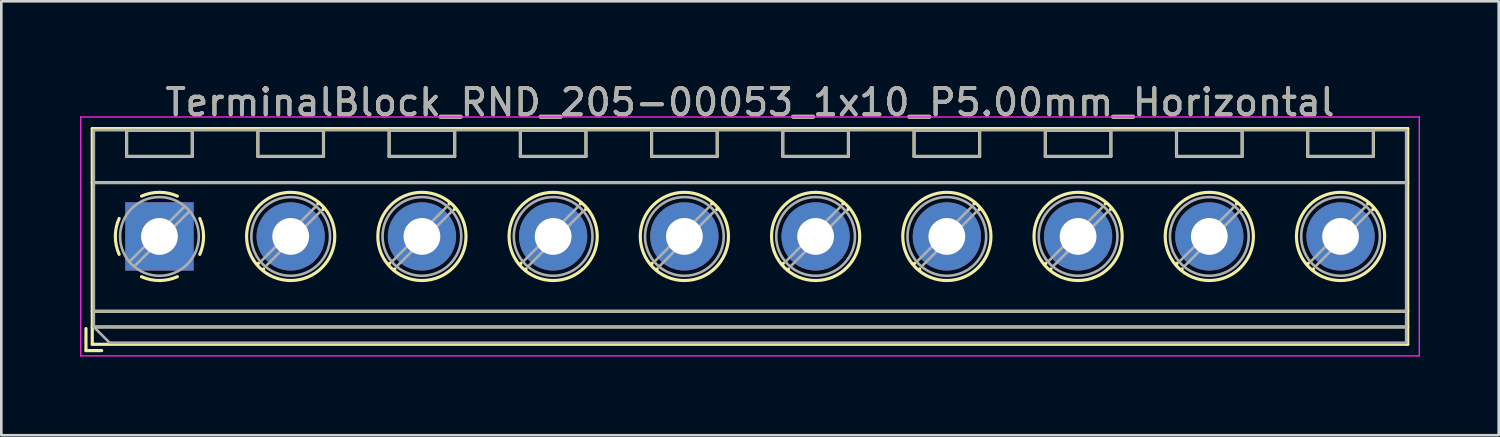
<source format=kicad_pcb>
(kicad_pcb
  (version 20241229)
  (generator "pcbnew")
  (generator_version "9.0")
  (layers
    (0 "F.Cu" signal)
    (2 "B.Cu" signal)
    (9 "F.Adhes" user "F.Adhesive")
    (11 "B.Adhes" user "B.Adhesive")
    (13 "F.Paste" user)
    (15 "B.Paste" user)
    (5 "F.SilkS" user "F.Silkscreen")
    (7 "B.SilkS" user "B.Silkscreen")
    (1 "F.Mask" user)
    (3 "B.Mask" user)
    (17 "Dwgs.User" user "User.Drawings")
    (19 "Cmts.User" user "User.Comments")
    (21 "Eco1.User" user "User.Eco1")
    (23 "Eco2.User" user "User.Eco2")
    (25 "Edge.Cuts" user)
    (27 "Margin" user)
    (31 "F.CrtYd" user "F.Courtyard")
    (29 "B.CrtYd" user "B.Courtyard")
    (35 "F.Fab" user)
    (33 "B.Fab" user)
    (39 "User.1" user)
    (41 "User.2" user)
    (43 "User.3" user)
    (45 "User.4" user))
  (footprint "TerminalBlock_RND_205-00053_1x10_P5.00mm_Horizontal"
    (layer "F.Cu")
    (at 3.025 5.958)
    (property "Reference" "TerminalBlock_RND_205-00053_1x10_P5.00mm_Horizontal" (at 22.5 -5.11 0) (layer "F.SilkS") (effects (font (size 1 1) (thickness 0.15))))
    (attr through_hole)
    (fp_line (start -2.8 3.51) (end -2.8 4.35) (stroke (width 0.12) (type solid)) (layer "F.SilkS"))
    (fp_line (start -2.8 4.35) (end -2.2 4.35) (stroke (width 0.12) (type solid)) (layer "F.SilkS"))
    (fp_line (start -2.56 -4.11) (end -2.56 4.11) (stroke (width 0.12) (type solid)) (layer "F.SilkS"))
    (fp_line (start -2.56 -4.11) (end 47.56 -4.11) (stroke (width 0.12) (type solid)) (layer "F.SilkS"))
    (fp_line (start -2.56 -2.05) (end 47.56 -2.05) (stroke (width 0.12) (type solid)) (layer "F.SilkS"))
    (fp_line (start -2.56 2.85) (end 47.56 2.85) (stroke (width 0.12) (type solid)) (layer "F.SilkS"))
    (fp_line (start -2.56 3.45) (end 47.56 3.45) (stroke (width 0.12) (type solid)) (layer "F.SilkS"))
    (fp_line (start -2.56 4.11) (end 47.56 4.11) (stroke (width 0.12) (type solid)) (layer "F.SilkS"))
    (fp_line (start -1.25 -4.05) (end -1.25 -3.05) (stroke (width 0.12) (type solid)) (layer "F.SilkS"))
    (fp_line (start -1.25 -4.05) (end 1.25 -4.05) (stroke (width 0.12) (type solid)) (layer "F.SilkS"))
    (fp_line (start -1.25 -3.05) (end 1.25 -3.05) (stroke (width 0.12) (type solid)) (layer "F.SilkS"))
    (fp_line (start 1.25 -4.05) (end 1.25 -3.05) (stroke (width 0.12) (type solid)) (layer "F.SilkS"))
    (fp_line (start 3.75 -4.05) (end 3.75 -3.05) (stroke (width 0.12) (type solid)) (layer "F.SilkS"))
    (fp_line (start 3.75 -4.05) (end 6.25 -4.05) (stroke (width 0.12) (type solid)) (layer "F.SilkS"))
    (fp_line (start 3.75 -3.05) (end 6.25 -3.05) (stroke (width 0.12) (type solid)) (layer "F.SilkS"))
    (fp_line (start 3.773 1.023) (end 3.726 1.069) (stroke (width 0.12) (type solid)) (layer "F.SilkS"))
    (fp_line (start 3.966 1.239) (end 3.931 1.274) (stroke (width 0.12) (type solid)) (layer "F.SilkS"))
    (fp_line (start 6.07 -1.275) (end 6.035 -1.239) (stroke (width 0.12) (type solid)) (layer "F.SilkS"))
    (fp_line (start 6.25 -4.05) (end 6.25 -3.05) (stroke (width 0.12) (type solid)) (layer "F.SilkS"))
    (fp_line (start 6.275 -1.069) (end 6.228 -1.023) (stroke (width 0.12) (type solid)) (layer "F.SilkS"))
    (fp_line (start 8.75 -4.05) (end 8.75 -3.05) (stroke (width 0.12) (type solid)) (layer "F.SilkS"))
    (fp_line (start 8.75 -4.05) (end 11.25 -4.05) (stroke (width 0.12) (type solid)) (layer "F.SilkS"))
    (fp_line (start 8.75 -3.05) (end 11.25 -3.05) (stroke (width 0.12) (type solid)) (layer "F.SilkS"))
    (fp_line (start 8.773 1.023) (end 8.726 1.069) (stroke (width 0.12) (type solid)) (layer "F.SilkS"))
    (fp_line (start 8.966 1.239) (end 8.931 1.274) (stroke (width 0.12) (type solid)) (layer "F.SilkS"))
    (fp_line (start 11.07 -1.275) (end 11.035 -1.239) (stroke (width 0.12) (type solid)) (layer "F.SilkS"))
    (fp_line (start 11.25 -4.05) (end 11.25 -3.05) (stroke (width 0.12) (type solid)) (layer "F.SilkS"))
    (fp_line (start 11.275 -1.069) (end 11.228 -1.023) (stroke (width 0.12) (type solid)) (layer "F.SilkS"))
    (fp_line (start 13.75 -4.05) (end 13.75 -3.05) (stroke (width 0.12) (type solid)) (layer "F.SilkS"))
    (fp_line (start 13.75 -4.05) (end 16.25 -4.05) (stroke (width 0.12) (type solid)) (layer "F.SilkS"))
    (fp_line (start 13.75 -3.05) (end 16.25 -3.05) (stroke (width 0.12) (type solid)) (layer "F.SilkS"))
    (fp_line (start 13.773 1.023) (end 13.726 1.069) (stroke (width 0.12) (type solid)) (layer "F.SilkS"))
    (fp_line (start 13.966 1.239) (end 13.931 1.274) (stroke (width 0.12) (type solid)) (layer "F.SilkS"))
    (fp_line (start 16.07 -1.275) (end 16.035 -1.239) (stroke (width 0.12) (type solid)) (layer "F.SilkS"))
    (fp_line (start 16.25 -4.05) (end 16.25 -3.05) (stroke (width 0.12) (type solid)) (layer "F.SilkS"))
    (fp_line (start 16.275 -1.069) (end 16.228 -1.023) (stroke (width 0.12) (type solid)) (layer "F.SilkS"))
    (fp_line (start 18.75 -4.05) (end 18.75 -3.05) (stroke (width 0.12) (type solid)) (layer "F.SilkS"))
    (fp_line (start 18.75 -4.05) (end 21.25 -4.05) (stroke (width 0.12) (type solid)) (layer "F.SilkS"))
    (fp_line (start 18.75 -3.05) (end 21.25 -3.05) (stroke (width 0.12) (type solid)) (layer "F.SilkS"))
    (fp_line (start 18.773 1.023) (end 18.726 1.069) (stroke (width 0.12) (type solid)) (layer "F.SilkS"))
    (fp_line (start 18.966 1.239) (end 18.931 1.274) (stroke (width 0.12) (type solid)) (layer "F.SilkS"))
    (fp_line (start 21.07 -1.275) (end 21.035 -1.239) (stroke (width 0.12) (type solid)) (layer "F.SilkS"))
    (fp_line (start 21.25 -4.05) (end 21.25 -3.05) (stroke (width 0.12) (type solid)) (layer "F.SilkS"))
    (fp_line (start 21.275 -1.069) (end 21.228 -1.023) (stroke (width 0.12) (type solid)) (layer "F.SilkS"))
    (fp_line (start 23.75 -4.05) (end 23.75 -3.05) (stroke (width 0.12) (type solid)) (layer "F.SilkS"))
    (fp_line (start 23.75 -4.05) (end 26.25 -4.05) (stroke (width 0.12) (type solid)) (layer "F.SilkS"))
    (fp_line (start 23.75 -3.05) (end 26.25 -3.05) (stroke (width 0.12) (type solid)) (layer "F.SilkS"))
    (fp_line (start 23.773 1.023) (end 23.726 1.069) (stroke (width 0.12) (type solid)) (layer "F.SilkS"))
    (fp_line (start 23.966 1.239) (end 23.931 1.274) (stroke (width 0.12) (type solid)) (layer "F.SilkS"))
    (fp_line (start 26.07 -1.275) (end 26.035 -1.239) (stroke (width 0.12) (type solid)) (layer "F.SilkS"))
    (fp_line (start 26.25 -4.05) (end 26.25 -3.05) (stroke (width 0.12) (type solid)) (layer "F.SilkS"))
    (fp_line (start 26.275 -1.069) (end 26.228 -1.023) (stroke (width 0.12) (type solid)) (layer "F.SilkS"))
    (fp_line (start 28.75 -4.05) (end 28.75 -3.05) (stroke (width 0.12) (type solid)) (layer "F.SilkS"))
    (fp_line (start 28.75 -4.05) (end 31.25 -4.05) (stroke (width 0.12) (type solid)) (layer "F.SilkS"))
    (fp_line (start 28.75 -3.05) (end 31.25 -3.05) (stroke (width 0.12) (type solid)) (layer "F.SilkS"))
    (fp_line (start 28.773 1.023) (end 28.726 1.069) (stroke (width 0.12) (type solid)) (layer "F.SilkS"))
    (fp_line (start 28.966 1.239) (end 28.931 1.274) (stroke (width 0.12) (type solid)) (layer "F.SilkS"))
    (fp_line (start 31.07 -1.275) (end 31.035 -1.239) (stroke (width 0.12) (type solid)) (layer "F.SilkS"))
    (fp_line (start 31.25 -4.05) (end 31.25 -3.05) (stroke (width 0.12) (type solid)) (layer "F.SilkS"))
    (fp_line (start 31.275 -1.069) (end 31.228 -1.023) (stroke (width 0.12) (type solid)) (layer "F.SilkS"))
    (fp_line (start 33.75 -4.05) (end 33.75 -3.05) (stroke (width 0.12) (type solid)) (layer "F.SilkS"))
    (fp_line (start 33.75 -4.05) (end 36.25 -4.05) (stroke (width 0.12) (type solid)) (layer "F.SilkS"))
    (fp_line (start 33.75 -3.05) (end 36.25 -3.05) (stroke (width 0.12) (type solid)) (layer "F.SilkS"))
    (fp_line (start 33.773 1.023) (end 33.726 1.069) (stroke (width 0.12) (type solid)) (layer "F.SilkS"))
    (fp_line (start 33.966 1.239) (end 33.931 1.274) (stroke (width 0.12) (type solid)) (layer "F.SilkS"))
    (fp_line (start 36.07 -1.275) (end 36.035 -1.239) (stroke (width 0.12) (type solid)) (layer "F.SilkS"))
    (fp_line (start 36.25 -4.05) (end 36.25 -3.05) (stroke (width 0.12) (type solid)) (layer "F.SilkS"))
    (fp_line (start 36.275 -1.069) (end 36.228 -1.023) (stroke (width 0.12) (type solid)) (layer "F.SilkS"))
    (fp_line (start 38.75 -4.05) (end 38.75 -3.05) (stroke (width 0.12) (type solid)) (layer "F.SilkS"))
    (fp_line (start 38.75 -4.05) (end 41.25 -4.05) (stroke (width 0.12) (type solid)) (layer "F.SilkS"))
    (fp_line (start 38.75 -3.05) (end 41.25 -3.05) (stroke (width 0.12) (type solid)) (layer "F.SilkS"))
    (fp_line (start 38.773 1.023) (end 38.726 1.069) (stroke (width 0.12) (type solid)) (layer "F.SilkS"))
    (fp_line (start 38.966 1.239) (end 38.931 1.274) (stroke (width 0.12) (type solid)) (layer "F.SilkS"))
    (fp_line (start 41.07 -1.275) (end 41.035 -1.239) (stroke (width 0.12) (type solid)) (layer "F.SilkS"))
    (fp_line (start 41.25 -4.05) (end 41.25 -3.05) (stroke (width 0.12) (type solid)) (layer "F.SilkS"))
    (fp_line (start 41.275 -1.069) (end 41.228 -1.023) (stroke (width 0.12) (type solid)) (layer "F.SilkS"))
    (fp_line (start 43.75 -4.05) (end 43.75 -3.05) (stroke (width 0.12) (type solid)) (layer "F.SilkS"))
    (fp_line (start 43.75 -4.05) (end 46.25 -4.05) (stroke (width 0.12) (type solid)) (layer "F.SilkS"))
    (fp_line (start 43.75 -3.05) (end 46.25 -3.05) (stroke (width 0.12) (type solid)) (layer "F.SilkS"))
    (fp_line (start 43.773 1.023) (end 43.726 1.069) (stroke (width 0.12) (type solid)) (layer "F.SilkS"))
    (fp_line (start 43.966 1.239) (end 43.931 1.274) (stroke (width 0.12) (type solid)) (layer "F.SilkS"))
    (fp_line (start 46.07 -1.275) (end 46.035 -1.239) (stroke (width 0.12) (type solid)) (layer "F.SilkS"))
    (fp_line (start 46.25 -4.05) (end 46.25 -3.05) (stroke (width 0.12) (type solid)) (layer "F.SilkS"))
    (fp_line (start 46.275 -1.069) (end 46.228 -1.023) (stroke (width 0.12) (type solid)) (layer "F.SilkS"))
    (fp_line (start 47.56 -4.11) (end 47.56 4.11) (stroke (width 0.12) (type solid)) (layer "F.SilkS"))
    (fp_arc (start -1.535427 0.683042) (mid -1.680501 -0.000524) (end -1.535 -0.684) (stroke (width 0.12) (type solid)) (layer "F.SilkS"))
    (fp_arc (start -0.683042 -1.535427) (mid 0.000524 -1.680501) (end 0.684 -1.535) (stroke (width 0.12) (type solid)) (layer "F.SilkS"))
    (fp_arc (start 0.028805 1.680253) (mid -0.335551 1.646659) (end -0.684 1.535) (stroke (width 0.12) (type solid)) (layer "F.SilkS"))
    (fp_arc (start 0.683318 1.534756) (mid 0.349292 1.643288) (end 0 1.68) (stroke (width 0.12) (type solid)) (layer "F.SilkS"))
    (fp_arc (start 1.535427 -0.683042) (mid 1.680501 0.000524) (end 1.535 0.684) (stroke (width 0.12) (type solid)) (layer "F.SilkS"))
    (fp_circle (center 5 0) (end 6.68 0) (stroke (width 0.12) (type solid)) (fill no) (layer "F.SilkS"))
    (fp_circle (center 10 0) (end 11.68 0) (stroke (width 0.12) (type solid)) (fill no) (layer "F.SilkS"))
    (fp_circle (center 15 0) (end 16.68 0) (stroke (width 0.12) (type solid)) (fill no) (layer "F.SilkS"))
    (fp_circle (center 20 0) (end 21.68 0) (stroke (width 0.12) (type solid)) (fill no) (layer "F.SilkS"))
    (fp_circle (center 25 0) (end 26.68 0) (stroke (width 0.12) (type solid)) (fill no) (layer "F.SilkS"))
    (fp_circle (center 30 0) (end 31.68 0) (stroke (width 0.12) (type solid)) (fill no) (layer "F.SilkS"))
    (fp_circle (center 35 0) (end 36.68 0) (stroke (width 0.12) (type solid)) (fill no) (layer "F.SilkS"))
    (fp_circle (center 40 0) (end 41.68 0) (stroke (width 0.12) (type solid)) (fill no) (layer "F.SilkS"))
    (fp_circle (center 45 0) (end 46.68 0) (stroke (width 0.12) (type solid)) (fill no) (layer "F.SilkS"))
    (fp_line (start -3 -4.55) (end -3 4.55) (stroke (width 0.05) (type solid)) (layer "F.CrtYd"))
    (fp_line (start -3 4.55) (end 48 4.55) (stroke (width 0.05) (type solid)) (layer "F.CrtYd"))
    (fp_line (start 48 -4.55) (end -3 -4.55) (stroke (width 0.05) (type solid)) (layer "F.CrtYd"))
    (fp_line (start 48 4.55) (end 48 -4.55) (stroke (width 0.05) (type solid)) (layer "F.CrtYd"))
    (fp_line (start -2.5 -4.05) (end 47.5 -4.05) (stroke (width 0.1) (type solid)) (layer "F.Fab"))
    (fp_line (start -2.5 -2.05) (end 47.5 -2.05) (stroke (width 0.1) (type solid)) (layer "F.Fab"))
    (fp_line (start -2.5 2.85) (end 47.5 2.85) (stroke (width 0.1) (type solid)) (layer "F.Fab"))
    (fp_line (start -2.5 3.45) (end -2.5 -4.05) (stroke (width 0.1) (type solid)) (layer "F.Fab"))
    (fp_line (start -2.5 3.45) (end 47.5 3.45) (stroke (width 0.1) (type solid)) (layer "F.Fab"))
    (fp_line (start -1.9 4.05) (end -2.5 3.45) (stroke (width 0.1) (type solid)) (layer "F.Fab"))
    (fp_line (start -1.25 -4.05) (end -1.25 -3.05) (stroke (width 0.1) (type solid)) (layer "F.Fab"))
    (fp_line (start -1.25 -3.05) (end 1.25 -3.05) (stroke (width 0.1) (type solid)) (layer "F.Fab"))
    (fp_line (start 0.955 -1.138) (end -1.138 0.955) (stroke (width 0.1) (type solid)) (layer "F.Fab"))
    (fp_line (start 1.138 -0.955) (end -0.955 1.138) (stroke (width 0.1) (type solid)) (layer "F.Fab"))
    (fp_line (start 1.25 -4.05) (end -1.25 -4.05) (stroke (width 0.1) (type solid)) (layer "F.Fab"))
    (fp_line (start 1.25 -3.05) (end 1.25 -4.05) (stroke (width 0.1) (type solid)) (layer "F.Fab"))
    (fp_line (start 3.75 -4.05) (end 3.75 -3.05) (stroke (width 0.1) (type solid)) (layer "F.Fab"))
    (fp_line (start 3.75 -3.05) (end 6.25 -3.05) (stroke (width 0.1) (type solid)) (layer "F.Fab"))
    (fp_line (start 5.955 -1.138) (end 3.863 0.955) (stroke (width 0.1) (type solid)) (layer "F.Fab"))
    (fp_line (start 6.138 -0.955) (end 4.046 1.138) (stroke (width 0.1) (type solid)) (layer "F.Fab"))
    (fp_line (start 6.25 -4.05) (end 3.75 -4.05) (stroke (width 0.1) (type solid)) (layer "F.Fab"))
    (fp_line (start 6.25 -3.05) (end 6.25 -4.05) (stroke (width 0.1) (type solid)) (layer "F.Fab"))
    (fp_line (start 8.75 -4.05) (end 8.75 -3.05) (stroke (width 0.1) (type solid)) (layer "F.Fab"))
    (fp_line (start 8.75 -3.05) (end 11.25 -3.05) (stroke (width 0.1) (type solid)) (layer "F.Fab"))
    (fp_line (start 10.955 -1.138) (end 8.863 0.955) (stroke (width 0.1) (type solid)) (layer "F.Fab"))
    (fp_line (start 11.138 -0.955) (end 9.046 1.138) (stroke (width 0.1) (type solid)) (layer "F.Fab"))
    (fp_line (start 11.25 -4.05) (end 8.75 -4.05) (stroke (width 0.1) (type solid)) (layer "F.Fab"))
    (fp_line (start 11.25 -3.05) (end 11.25 -4.05) (stroke (width 0.1) (type solid)) (layer "F.Fab"))
    (fp_line (start 13.75 -4.05) (end 13.75 -3.05) (stroke (width 0.1) (type solid)) (layer "F.Fab"))
    (fp_line (start 13.75 -3.05) (end 16.25 -3.05) (stroke (width 0.1) (type solid)) (layer "F.Fab"))
    (fp_line (start 15.955 -1.138) (end 13.863 0.955) (stroke (width 0.1) (type solid)) (layer "F.Fab"))
    (fp_line (start 16.138 -0.955) (end 14.046 1.138) (stroke (width 0.1) (type solid)) (layer "F.Fab"))
    (fp_line (start 16.25 -4.05) (end 13.75 -4.05) (stroke (width 0.1) (type solid)) (layer "F.Fab"))
    (fp_line (start 16.25 -3.05) (end 16.25 -4.05) (stroke (width 0.1) (type solid)) (layer "F.Fab"))
    (fp_line (start 18.75 -4.05) (end 18.75 -3.05) (stroke (width 0.1) (type solid)) (layer "F.Fab"))
    (fp_line (start 18.75 -3.05) (end 21.25 -3.05) (stroke (width 0.1) (type solid)) (layer "F.Fab"))
    (fp_line (start 20.955 -1.138) (end 18.863 0.955) (stroke (width 0.1) (type solid)) (layer "F.Fab"))
    (fp_line (start 21.138 -0.955) (end 19.046 1.138) (stroke (width 0.1) (type solid)) (layer "F.Fab"))
    (fp_line (start 21.25 -4.05) (end 18.75 -4.05) (stroke (width 0.1) (type solid)) (layer "F.Fab"))
    (fp_line (start 21.25 -3.05) (end 21.25 -4.05) (stroke (width 0.1) (type solid)) (layer "F.Fab"))
    (fp_line (start 23.75 -4.05) (end 23.75 -3.05) (stroke (width 0.1) (type solid)) (layer "F.Fab"))
    (fp_line (start 23.75 -3.05) (end 26.25 -3.05) (stroke (width 0.1) (type solid)) (layer "F.Fab"))
    (fp_line (start 25.955 -1.138) (end 23.863 0.955) (stroke (width 0.1) (type solid)) (layer "F.Fab"))
    (fp_line (start 26.138 -0.955) (end 24.046 1.138) (stroke (width 0.1) (type solid)) (layer "F.Fab"))
    (fp_line (start 26.25 -4.05) (end 23.75 -4.05) (stroke (width 0.1) (type solid)) (layer "F.Fab"))
    (fp_line (start 26.25 -3.05) (end 26.25 -4.05) (stroke (width 0.1) (type solid)) (layer "F.Fab"))
    (fp_line (start 28.75 -4.05) (end 28.75 -3.05) (stroke (width 0.1) (type solid)) (layer "F.Fab"))
    (fp_line (start 28.75 -3.05) (end 31.25 -3.05) (stroke (width 0.1) (type solid)) (layer "F.Fab"))
    (fp_line (start 30.955 -1.138) (end 28.863 0.955) (stroke (width 0.1) (type solid)) (layer "F.Fab"))
    (fp_line (start 31.138 -0.955) (end 29.046 1.138) (stroke (width 0.1) (type solid)) (layer "F.Fab"))
    (fp_line (start 31.25 -4.05) (end 28.75 -4.05) (stroke (width 0.1) (type solid)) (layer "F.Fab"))
    (fp_line (start 31.25 -3.05) (end 31.25 -4.05) (stroke (width 0.1) (type solid)) (layer "F.Fab"))
    (fp_line (start 33.75 -4.05) (end 33.75 -3.05) (stroke (width 0.1) (type solid)) (layer "F.Fab"))
    (fp_line (start 33.75 -3.05) (end 36.25 -3.05) (stroke (width 0.1) (type solid)) (layer "F.Fab"))
    (fp_line (start 35.955 -1.138) (end 33.863 0.955) (stroke (width 0.1) (type solid)) (layer "F.Fab"))
    (fp_line (start 36.138 -0.955) (end 34.046 1.138) (stroke (width 0.1) (type solid)) (layer "F.Fab"))
    (fp_line (start 36.25 -4.05) (end 33.75 -4.05) (stroke (width 0.1) (type solid)) (layer "F.Fab"))
    (fp_line (start 36.25 -3.05) (end 36.25 -4.05) (stroke (width 0.1) (type solid)) (layer "F.Fab"))
    (fp_line (start 38.75 -4.05) (end 38.75 -3.05) (stroke (width 0.1) (type solid)) (layer "F.Fab"))
    (fp_line (start 38.75 -3.05) (end 41.25 -3.05) (stroke (width 0.1) (type solid)) (layer "F.Fab"))
    (fp_line (start 40.955 -1.138) (end 38.863 0.955) (stroke (width 0.1) (type solid)) (layer "F.Fab"))
    (fp_line (start 41.138 -0.955) (end 39.046 1.138) (stroke (width 0.1) (type solid)) (layer "F.Fab"))
    (fp_line (start 41.25 -4.05) (end 38.75 -4.05) (stroke (width 0.1) (type solid)) (layer "F.Fab"))
    (fp_line (start 41.25 -3.05) (end 41.25 -4.05) (stroke (width 0.1) (type solid)) (layer "F.Fab"))
    (fp_line (start 43.75 -4.05) (end 43.75 -3.05) (stroke (width 0.1) (type solid)) (layer "F.Fab"))
    (fp_line (start 43.75 -3.05) (end 46.25 -3.05) (stroke (width 0.1) (type solid)) (layer "F.Fab"))
    (fp_line (start 45.955 -1.138) (end 43.863 0.955) (stroke (width 0.1) (type solid)) (layer "F.Fab"))
    (fp_line (start 46.138 -0.955) (end 44.046 1.138) (stroke (width 0.1) (type solid)) (layer "F.Fab"))
    (fp_line (start 46.25 -4.05) (end 43.75 -4.05) (stroke (width 0.1) (type solid)) (layer "F.Fab"))
    (fp_line (start 46.25 -3.05) (end 46.25 -4.05) (stroke (width 0.1) (type solid)) (layer "F.Fab"))
    (fp_line (start 47.5 -4.05) (end 47.5 4.05) (stroke (width 0.1) (type solid)) (layer "F.Fab"))
    (fp_line (start 47.5 4.05) (end -1.9 4.05) (stroke (width 0.1) (type solid)) (layer "F.Fab"))
    (fp_circle (center 0 0) (end 1.5 0) (stroke (width 0.1) (type solid)) (fill no) (layer "F.Fab"))
    (fp_circle (center 5 0) (end 6.5 0) (stroke (width 0.1) (type solid)) (fill no) (layer "F.Fab"))
    (fp_circle (center 10 0) (end 11.5 0) (stroke (width 0.1) (type solid)) (fill no) (layer "F.Fab"))
    (fp_circle (center 15 0) (end 16.5 0) (stroke (width 0.1) (type solid)) (fill no) (layer "F.Fab"))
    (fp_circle (center 20 0) (end 21.5 0) (stroke (width 0.1) (type solid)) (fill no) (layer "F.Fab"))
    (fp_circle (center 25 0) (end 26.5 0) (stroke (width 0.1) (type solid)) (fill no) (layer "F.Fab"))
    (fp_circle (center 30 0) (end 31.5 0) (stroke (width 0.1) (type solid)) (fill no) (layer "F.Fab"))
    (fp_circle (center 35 0) (end 36.5 0) (stroke (width 0.1) (type solid)) (fill no) (layer "F.Fab"))
    (fp_circle (center 40 0) (end 41.5 0) (stroke (width 0.1) (type solid)) (fill no) (layer "F.Fab"))
    (fp_circle (center 45 0) (end 46.5 0) (stroke (width 0.1) (type solid)) (fill no) (layer "F.Fab"))
    (fp_text user "${REFERENCE}" (at 22.5 -5.11 0) (layer "F.Fab") (effects (font (size 1 1) (thickness 0.15))))
    (pad "1" thru_hole rect (at 0 0) (size 2.6 2.6) (drill 1.4) (layers "*.Cu" "*.Mask"))
    (pad "2" thru_hole circle (at 5 0) (size 2.6 2.6) (drill 1.4) (layers "*.Cu" "*.Mask"))
    (pad "3" thru_hole circle (at 10 0) (size 2.6 2.6) (drill 1.4) (layers "*.Cu" "*.Mask"))
    (pad "4" thru_hole circle (at 15 0) (size 2.6 2.6) (drill 1.4) (layers "*.Cu" "*.Mask"))
    (pad "5" thru_hole circle (at 20 0) (size 2.6 2.6) (drill 1.4) (layers "*.Cu" "*.Mask"))
    (pad "6" thru_hole circle (at 25 0) (size 2.6 2.6) (drill 1.4) (layers "*.Cu" "*.Mask"))
    (pad "7" thru_hole circle (at 30 0) (size 2.6 2.6) (drill 1.4) (layers "*.Cu" "*.Mask"))
    (pad "8" thru_hole circle (at 35 0) (size 2.6 2.6) (drill 1.4) (layers "*.Cu" "*.Mask"))
    (pad "9" thru_hole circle (at 40 0) (size 2.6 2.6) (drill 1.4) (layers "*.Cu" "*.Mask"))
    (pad "10" thru_hole circle (at 45 0) (size 2.6 2.6) (drill 1.4) (layers "*.Cu" "*.Mask")))
  (gr_rect
    (start -3 -3)
    (end 54.05 13.533)
    (stroke (width 0.1) (type default))
    (fill no)
    (layer "Edge.Cuts")))
</source>
